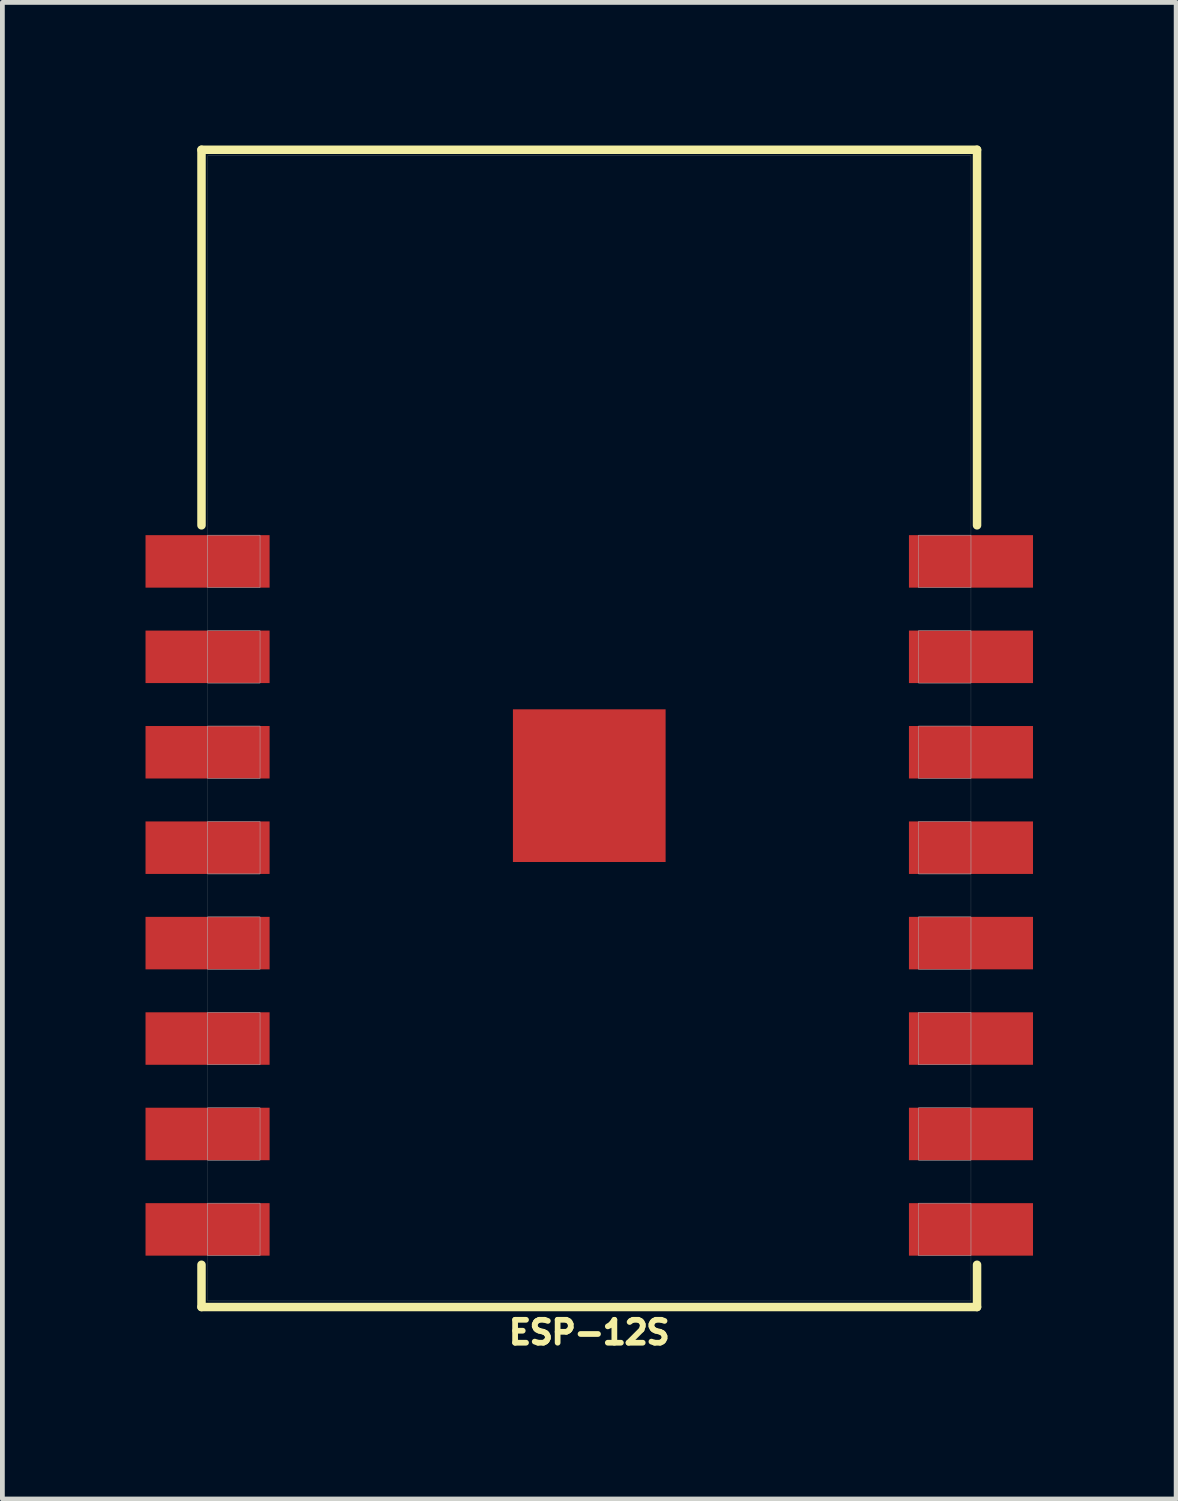
<source format=kicad_pcb>
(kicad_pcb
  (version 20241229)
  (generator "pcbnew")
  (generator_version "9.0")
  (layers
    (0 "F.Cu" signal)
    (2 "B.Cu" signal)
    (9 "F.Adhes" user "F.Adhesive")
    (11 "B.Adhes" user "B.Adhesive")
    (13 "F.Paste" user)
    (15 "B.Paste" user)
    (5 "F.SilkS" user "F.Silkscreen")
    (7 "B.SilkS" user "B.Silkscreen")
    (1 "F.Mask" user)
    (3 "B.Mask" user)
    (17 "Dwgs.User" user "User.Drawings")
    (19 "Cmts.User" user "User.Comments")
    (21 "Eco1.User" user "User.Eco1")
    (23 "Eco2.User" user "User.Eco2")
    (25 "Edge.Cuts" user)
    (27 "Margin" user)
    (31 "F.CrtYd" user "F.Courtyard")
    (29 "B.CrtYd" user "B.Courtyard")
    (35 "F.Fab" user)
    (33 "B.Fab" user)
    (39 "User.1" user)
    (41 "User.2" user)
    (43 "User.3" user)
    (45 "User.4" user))
  (footprint "ESP-12S"
    (layer "F.Cu")
    (at 9.3 12.216)
    (property "Reference" "ESP-12S" (at 0 12.659 0) (layer "F.SilkS") (effects (font (size 0.48 0.48) (thickness 0.15))))
    (attr through_hole)
    (fp_line (start -8.127 -12.127) (end 8.127 -12.127) (stroke (width 0.178) (type solid)) (layer "F.SilkS"))
    (fp_line (start -8.127 -4.256) (end -8.127 -12.127) (stroke (width 0.178) (type solid)) (layer "F.SilkS"))
    (fp_line (start -8.127 12.127) (end -8.127 11.241) (stroke (width 0.178) (type solid)) (layer "F.SilkS"))
    (fp_line (start 8.127 -12.127) (end 8.127 -4.256) (stroke (width 0.178) (type solid)) (layer "F.SilkS"))
    (fp_line (start 8.127 11.241) (end 8.127 12.127) (stroke (width 0.178) (type solid)) (layer "F.SilkS"))
    (fp_line (start 8.127 12.127) (end -8.127 12.127) (stroke (width 0.178) (type solid)) (layer "F.SilkS"))
    (fp_poly (pts (xy -1.016 0.159) (xy 0.984 0.159) (xy 0.984 2.159) (xy -1.016 2.159)) (stroke (width 0.01) (type solid)) (fill yes) (layer "F.Paste"))
    (fp_line (start -8 -12) (end 8 -12) (stroke (width 0.003) (type solid)) (layer "F.Fab"))
    (fp_line (start -8 12) (end -8 -12) (stroke (width 0.003) (type solid)) (layer "F.Fab"))
    (fp_line (start 8 -12) (end 8 12) (stroke (width 0.003) (type solid)) (layer "F.Fab"))
    (fp_line (start 8 12) (end -8 12) (stroke (width 0.003) (type solid)) (layer "F.Fab"))
    (fp_poly (pts (xy -8 -4.05) (xy -6.9 -4.05) (xy -6.9 -2.95) (xy -8 -2.95)) (stroke (width 0.01) (type solid)) (fill no) (layer "F.Fab"))
    (fp_poly (pts (xy -8 -2.05) (xy -6.9 -2.05) (xy -6.9 -0.95) (xy -8 -0.95)) (stroke (width 0.01) (type solid)) (fill no) (layer "F.Fab"))
    (fp_poly (pts (xy -8 -0.05) (xy -6.9 -0.05) (xy -6.9 1.05) (xy -8 1.05)) (stroke (width 0.01) (type solid)) (fill no) (layer "F.Fab"))
    (fp_poly (pts (xy -8 1.95) (xy -6.9 1.95) (xy -6.9 3.05) (xy -8 3.05)) (stroke (width 0.01) (type solid)) (fill no) (layer "F.Fab"))
    (fp_poly (pts (xy -8 3.95) (xy -6.9 3.95) (xy -6.9 5.05) (xy -8 5.05)) (stroke (width 0.01) (type solid)) (fill no) (layer "F.Fab"))
    (fp_poly (pts (xy -8 5.95) (xy -6.9 5.95) (xy -6.9 7.05) (xy -8 7.05)) (stroke (width 0.01) (type solid)) (fill no) (layer "F.Fab"))
    (fp_poly (pts (xy -8 7.95) (xy -6.9 7.95) (xy -6.9 9.05) (xy -8 9.05)) (stroke (width 0.01) (type solid)) (fill no) (layer "F.Fab"))
    (fp_poly (pts (xy -8 9.95) (xy -6.9 9.95) (xy -6.9 11.05) (xy -8 11.05)) (stroke (width 0.01) (type solid)) (fill no) (layer "F.Fab"))
    (fp_poly (pts (xy 6.9 -4.05) (xy 8 -4.05) (xy 8 -2.95) (xy 6.9 -2.95)) (stroke (width 0.01) (type solid)) (fill no) (layer "F.Fab"))
    (fp_poly (pts (xy 6.9 -2.05) (xy 8 -2.05) (xy 8 -0.95) (xy 6.9 -0.95)) (stroke (width 0.01) (type solid)) (fill no) (layer "F.Fab"))
    (fp_poly (pts (xy 6.9 -0.05) (xy 8 -0.05) (xy 8 1.05) (xy 6.9 1.05)) (stroke (width 0.01) (type solid)) (fill no) (layer "F.Fab"))
    (fp_poly (pts (xy 6.9 1.95) (xy 8 1.95) (xy 8 3.05) (xy 6.9 3.05)) (stroke (width 0.01) (type solid)) (fill no) (layer "F.Fab"))
    (fp_poly (pts (xy 6.9 3.95) (xy 8 3.95) (xy 8 5.05) (xy 6.9 5.05)) (stroke (width 0.01) (type solid)) (fill no) (layer "F.Fab"))
    (fp_poly (pts (xy 6.9 5.95) (xy 8 5.95) (xy 8 7.05) (xy 6.9 7.05)) (stroke (width 0.01) (type solid)) (fill no) (layer "F.Fab"))
    (fp_poly (pts (xy 6.9 7.95) (xy 8 7.95) (xy 8 9.05) (xy 6.9 9.05)) (stroke (width 0.01) (type solid)) (fill no) (layer "F.Fab"))
    (fp_poly (pts (xy 6.9 9.95) (xy 8 9.95) (xy 8 11.05) (xy 6.9 11.05)) (stroke (width 0.01) (type solid)) (fill no) (layer "F.Fab"))
    (pad "1" smd rect (at -8 -3.5) (size 2.6 1.1) (layers "F.Cu" "F.Mask" "F.Paste"))
    (pad "2" smd rect (at -8 -1.5) (size 2.6 1.1) (layers "F.Cu" "F.Mask" "F.Paste"))
    (pad "3" smd rect (at -8 0.5) (size 2.6 1.1) (layers "F.Cu" "F.Mask" "F.Paste"))
    (pad "4" smd rect (at -8 2.5) (size 2.6 1.1) (layers "F.Cu" "F.Mask" "F.Paste"))
    (pad "5" smd rect (at -8 4.5) (size 2.6 1.1) (layers "F.Cu" "F.Mask" "F.Paste"))
    (pad "6" smd rect (at -8 6.5) (size 2.6 1.1) (layers "F.Cu" "F.Mask" "F.Paste"))
    (pad "7" smd rect (at -8 8.5) (size 2.6 1.1) (layers "F.Cu" "F.Mask" "F.Paste"))
    (pad "8" smd rect (at -8 10.5) (size 2.6 1.1) (layers "F.Cu" "F.Mask" "F.Paste"))
    (pad "9" smd rect (at 8 10.5 180) (size 2.6 1.1) (layers "F.Cu" "F.Mask" "F.Paste"))
    (pad "10" smd rect (at 8 8.5 180) (size 2.6 1.1) (layers "F.Cu" "F.Mask" "F.Paste"))
    (pad "11" smd rect (at 8 6.5 180) (size 2.6 1.1) (layers "F.Cu" "F.Mask" "F.Paste"))
    (pad "12" smd rect (at 8 4.5 180) (size 2.6 1.1) (layers "F.Cu" "F.Mask" "F.Paste"))
    (pad "13" smd rect (at 8 2.5 180) (size 2.6 1.1) (layers "F.Cu" "F.Mask" "F.Paste"))
    (pad "14" smd rect (at 8 0.5 180) (size 2.6 1.1) (layers "F.Cu" "F.Mask" "F.Paste"))
    (pad "15" smd rect (at 8 -1.5 180) (size 2.6 1.1) (layers "F.Cu" "F.Mask" "F.Paste"))
    (pad "16" smd rect (at 8 -3.5 180) (size 2.6 1.1) (layers "F.Cu" "F.Mask" "F.Paste"))
    (pad "P$1" smd rect (at 0 1.2) (size 3.2 3.2) (layers "F.Cu" "F.Mask"))
    (zone (net_name "") (layer "F.Cu") (hatch full 0.508) (connect_pads) (min_thickness 0.003) (filled_areas_thickness no) (keepout (tracks not_allowed) (vias not_allowed) (pads not_allowed) (copperpour not_allowed) (footprints allowed)) (placement (enabled no)) (fill) (polygon (pts (xy 1.3 7.216) (xy 17.3 7.216) (xy 17.3 0.216) (xy 1.3 0.216))))
    (zone (net_name "") (layer "B.Cu") (hatch full 0.508) (connect_pads) (min_thickness 0.003) (filled_areas_thickness no) (keepout (tracks not_allowed) (vias not_allowed) (pads not_allowed) (copperpour not_allowed) (footprints allowed)) (placement (enabled no)) (fill) (polygon (pts (xy 17.3 7.216) (xy 1.3 7.216) (xy 1.3 0.216) (xy 17.3 0.216)))))
  (gr_rect
    (start -3 -3)
    (end 21.6 28.366)
    (stroke (width 0.1) (type default))
    (fill no)
    (layer "Edge.Cuts")))
</source>
